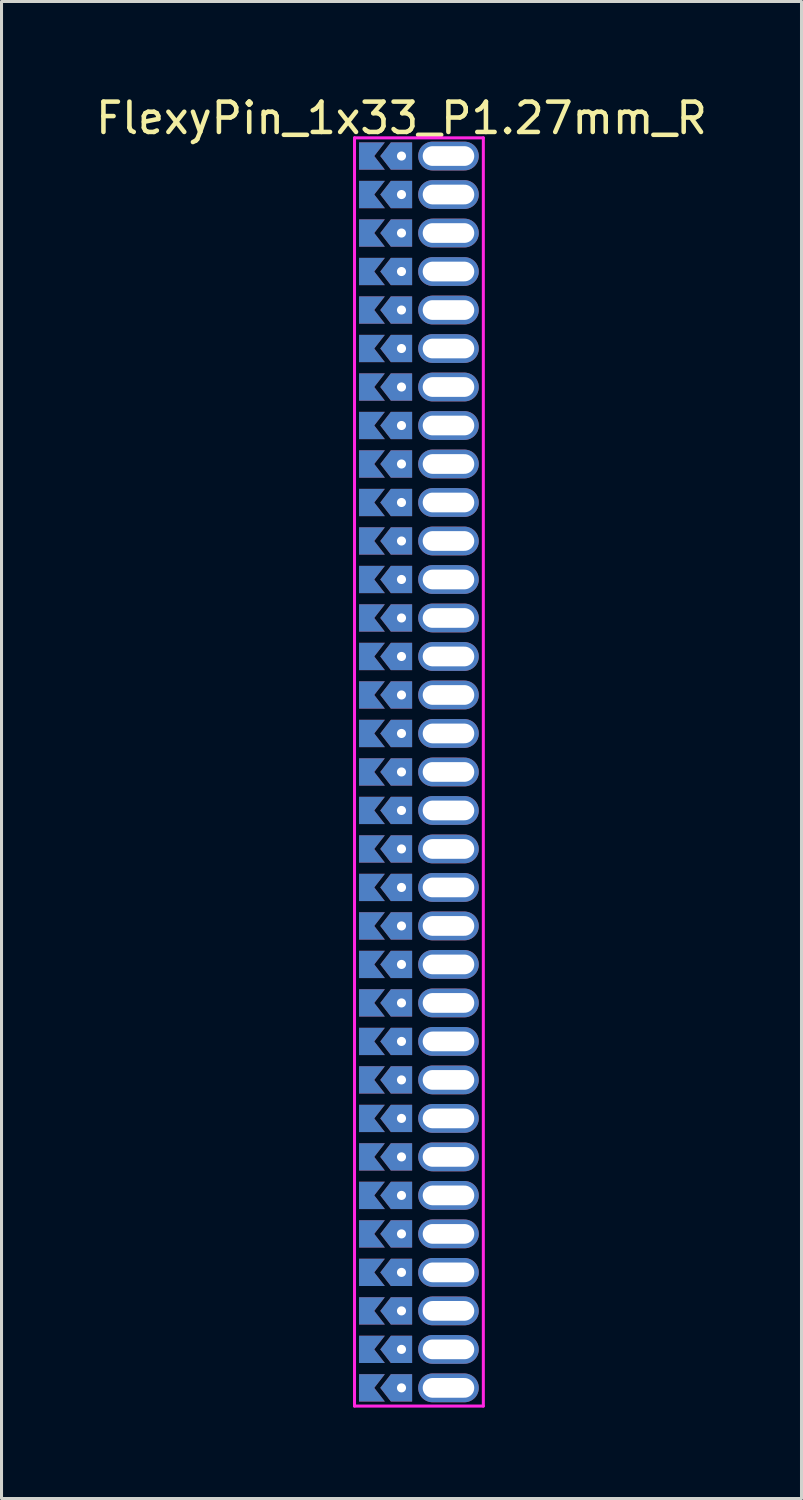
<source format=kicad_pcb>
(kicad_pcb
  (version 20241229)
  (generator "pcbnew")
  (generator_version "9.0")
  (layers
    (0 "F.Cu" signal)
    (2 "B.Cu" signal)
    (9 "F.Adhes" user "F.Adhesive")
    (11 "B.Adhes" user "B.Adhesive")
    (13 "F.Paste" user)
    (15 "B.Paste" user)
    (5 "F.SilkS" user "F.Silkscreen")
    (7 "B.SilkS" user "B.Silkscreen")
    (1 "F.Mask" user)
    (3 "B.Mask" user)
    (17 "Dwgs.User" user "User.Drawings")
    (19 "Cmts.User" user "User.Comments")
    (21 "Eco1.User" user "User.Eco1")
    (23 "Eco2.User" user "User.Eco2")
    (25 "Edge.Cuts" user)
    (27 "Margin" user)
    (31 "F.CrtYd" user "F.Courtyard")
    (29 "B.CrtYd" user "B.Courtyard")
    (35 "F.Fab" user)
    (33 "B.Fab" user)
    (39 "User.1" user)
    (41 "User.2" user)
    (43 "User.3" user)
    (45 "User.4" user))
  (footprint "FlexyPin_1x33_P1.27mm_R"
    (layer "F.Cu")
    (at 10.196 2.098)
    (property "Reference" "FlexyPin_1x33_P1.27mm_R" (at 0 -1.25 0) (layer "F.SilkS") (effects (font (size 1 1) (thickness 0.15))))
    (attr through_hole)
    (fp_line (start -1.55 -0.6) (end 2.7 -0.6) (stroke (width 0.1) (type solid)) (layer "F.CrtYd"))
    (fp_line (start -1.55 41.24) (end -1.55 -0.6) (stroke (width 0.1) (type solid)) (layer "F.CrtYd"))
    (fp_line (start 2.7 -0.6) (end 2.7 41.24) (stroke (width 0.1) (type solid)) (layer "F.CrtYd"))
    (fp_line (start 2.7 41.24) (end -1.55 41.24) (stroke (width 0.1) (type solid)) (layer "F.CrtYd"))
    (pad "" thru_hole custom (at 0 0) (size 0.3 0.3) (drill 0.6) (layers "*.Cu" "*.Mask") (options (anchor rect)) (primitives (gr_poly (pts (xy 0.35 0.45) (xy 0.35 -0.45) (xy -0.35 -0.45) (xy -0.7 0) (xy -0.35 0.45)) (width 0) (fill yes))))
    (pad "" thru_hole custom (at 0 1.27) (size 0.3 0.3) (drill 0.6) (layers "*.Cu" "*.Mask") (options (anchor rect)) (primitives (gr_poly (pts (xy 0.35 0.45) (xy 0.35 -0.45) (xy -0.35 -0.45) (xy -0.7 0) (xy -0.35 0.45)) (width 0) (fill yes))))
    (pad "" thru_hole custom (at 0 2.54) (size 0.3 0.3) (drill 0.6) (layers "*.Cu" "*.Mask") (options (anchor rect)) (primitives (gr_poly (pts (xy 0.35 0.45) (xy 0.35 -0.45) (xy -0.35 -0.45) (xy -0.7 0) (xy -0.35 0.45)) (width 0) (fill yes))))
    (pad "" thru_hole custom (at 0 3.81) (size 0.3 0.3) (drill 0.6) (layers "*.Cu" "*.Mask") (options (anchor rect)) (primitives (gr_poly (pts (xy 0.35 0.45) (xy 0.35 -0.45) (xy -0.35 -0.45) (xy -0.7 0) (xy -0.35 0.45)) (width 0) (fill yes))))
    (pad "" thru_hole custom (at 0 5.08) (size 0.3 0.3) (drill 0.6) (layers "*.Cu" "*.Mask") (options (anchor rect)) (primitives (gr_poly (pts (xy 0.35 0.45) (xy 0.35 -0.45) (xy -0.35 -0.45) (xy -0.7 0) (xy -0.35 0.45)) (width 0) (fill yes))))
    (pad "" thru_hole custom (at 0 6.35) (size 0.3 0.3) (drill 0.6) (layers "*.Cu" "*.Mask") (options (anchor rect)) (primitives (gr_poly (pts (xy 0.35 0.45) (xy 0.35 -0.45) (xy -0.35 -0.45) (xy -0.7 0) (xy -0.35 0.45)) (width 0) (fill yes))))
    (pad "" thru_hole custom (at 0 7.62) (size 0.3 0.3) (drill 0.6) (layers "*.Cu" "*.Mask") (options (anchor rect)) (primitives (gr_poly (pts (xy 0.35 0.45) (xy 0.35 -0.45) (xy -0.35 -0.45) (xy -0.7 0) (xy -0.35 0.45)) (width 0) (fill yes))))
    (pad "" thru_hole custom (at 0 8.89) (size 0.3 0.3) (drill 0.6) (layers "*.Cu" "*.Mask") (options (anchor rect)) (primitives (gr_poly (pts (xy 0.35 0.45) (xy 0.35 -0.45) (xy -0.35 -0.45) (xy -0.7 0) (xy -0.35 0.45)) (width 0) (fill yes))))
    (pad "" thru_hole custom (at 0 10.16) (size 0.3 0.3) (drill 0.6) (layers "*.Cu" "*.Mask") (options (anchor rect)) (primitives (gr_poly (pts (xy 0.35 0.45) (xy 0.35 -0.45) (xy -0.35 -0.45) (xy -0.7 0) (xy -0.35 0.45)) (width 0) (fill yes))))
    (pad "" thru_hole custom (at 0 11.43) (size 0.3 0.3) (drill 0.6) (layers "*.Cu" "*.Mask") (options (anchor rect)) (primitives (gr_poly (pts (xy 0.35 0.45) (xy 0.35 -0.45) (xy -0.35 -0.45) (xy -0.7 0) (xy -0.35 0.45)) (width 0) (fill yes))))
    (pad "" thru_hole custom (at 0 12.7) (size 0.3 0.3) (drill 0.6) (layers "*.Cu" "*.Mask") (options (anchor rect)) (primitives (gr_poly (pts (xy 0.35 0.45) (xy 0.35 -0.45) (xy -0.35 -0.45) (xy -0.7 0) (xy -0.35 0.45)) (width 0) (fill yes))))
    (pad "" thru_hole custom (at 0 13.97) (size 0.3 0.3) (drill 0.6) (layers "*.Cu" "*.Mask") (options (anchor rect)) (primitives (gr_poly (pts (xy 0.35 0.45) (xy 0.35 -0.45) (xy -0.35 -0.45) (xy -0.7 0) (xy -0.35 0.45)) (width 0) (fill yes))))
    (pad "" thru_hole custom (at 0 15.24) (size 0.3 0.3) (drill 0.6) (layers "*.Cu" "*.Mask") (options (anchor rect)) (primitives (gr_poly (pts (xy 0.35 0.45) (xy 0.35 -0.45) (xy -0.35 -0.45) (xy -0.7 0) (xy -0.35 0.45)) (width 0) (fill yes))))
    (pad "" thru_hole custom (at 0 16.51) (size 0.3 0.3) (drill 0.6) (layers "*.Cu" "*.Mask") (options (anchor rect)) (primitives (gr_poly (pts (xy 0.35 0.45) (xy 0.35 -0.45) (xy -0.35 -0.45) (xy -0.7 0) (xy -0.35 0.45)) (width 0) (fill yes))))
    (pad "" thru_hole custom (at 0 17.78) (size 0.3 0.3) (drill 0.6) (layers "*.Cu" "*.Mask") (options (anchor rect)) (primitives (gr_poly (pts (xy 0.35 0.45) (xy 0.35 -0.45) (xy -0.35 -0.45) (xy -0.7 0) (xy -0.35 0.45)) (width 0) (fill yes))))
    (pad "" thru_hole custom (at 0 19.05) (size 0.3 0.3) (drill 0.6) (layers "*.Cu" "*.Mask") (options (anchor rect)) (primitives (gr_poly (pts (xy 0.35 0.45) (xy 0.35 -0.45) (xy -0.35 -0.45) (xy -0.7 0) (xy -0.35 0.45)) (width 0) (fill yes))))
    (pad "" thru_hole custom (at 0 20.32) (size 0.3 0.3) (drill 0.6) (layers "*.Cu" "*.Mask") (options (anchor rect)) (primitives (gr_poly (pts (xy 0.35 0.45) (xy 0.35 -0.45) (xy -0.35 -0.45) (xy -0.7 0) (xy -0.35 0.45)) (width 0) (fill yes))))
    (pad "" thru_hole custom (at 0 21.59) (size 0.3 0.3) (drill 0.6) (layers "*.Cu" "*.Mask") (options (anchor rect)) (primitives (gr_poly (pts (xy 0.35 0.45) (xy 0.35 -0.45) (xy -0.35 -0.45) (xy -0.7 0) (xy -0.35 0.45)) (width 0) (fill yes))))
    (pad "" thru_hole custom (at 0 22.86) (size 0.3 0.3) (drill 0.6) (layers "*.Cu" "*.Mask") (options (anchor rect)) (primitives (gr_poly (pts (xy 0.35 0.45) (xy 0.35 -0.45) (xy -0.35 -0.45) (xy -0.7 0) (xy -0.35 0.45)) (width 0) (fill yes))))
    (pad "" thru_hole custom (at 0 24.13) (size 0.3 0.3) (drill 0.6) (layers "*.Cu" "*.Mask") (options (anchor rect)) (primitives (gr_poly (pts (xy 0.35 0.45) (xy 0.35 -0.45) (xy -0.35 -0.45) (xy -0.7 0) (xy -0.35 0.45)) (width 0) (fill yes))))
    (pad "" thru_hole custom (at 0 25.4) (size 0.3 0.3) (drill 0.6) (layers "*.Cu" "*.Mask") (options (anchor rect)) (primitives (gr_poly (pts (xy 0.35 0.45) (xy 0.35 -0.45) (xy -0.35 -0.45) (xy -0.7 0) (xy -0.35 0.45)) (width 0) (fill yes))))
    (pad "" thru_hole custom (at 0 26.67) (size 0.3 0.3) (drill 0.6) (layers "*.Cu" "*.Mask") (options (anchor rect)) (primitives (gr_poly (pts (xy 0.35 0.45) (xy 0.35 -0.45) (xy -0.35 -0.45) (xy -0.7 0) (xy -0.35 0.45)) (width 0) (fill yes))))
    (pad "" thru_hole custom (at 0 27.94) (size 0.3 0.3) (drill 0.6) (layers "*.Cu" "*.Mask") (options (anchor rect)) (primitives (gr_poly (pts (xy 0.35 0.45) (xy 0.35 -0.45) (xy -0.35 -0.45) (xy -0.7 0) (xy -0.35 0.45)) (width 0) (fill yes))))
    (pad "" thru_hole custom (at 0 29.21) (size 0.3 0.3) (drill 0.6) (layers "*.Cu" "*.Mask") (options (anchor rect)) (primitives (gr_poly (pts (xy 0.35 0.45) (xy 0.35 -0.45) (xy -0.35 -0.45) (xy -0.7 0) (xy -0.35 0.45)) (width 0) (fill yes))))
    (pad "" thru_hole custom (at 0 30.48) (size 0.3 0.3) (drill 0.6) (layers "*.Cu" "*.Mask") (options (anchor rect)) (primitives (gr_poly (pts (xy 0.35 0.45) (xy 0.35 -0.45) (xy -0.35 -0.45) (xy -0.7 0) (xy -0.35 0.45)) (width 0) (fill yes))))
    (pad "" thru_hole custom (at 0 31.75) (size 0.3 0.3) (drill 0.6) (layers "*.Cu" "*.Mask") (options (anchor rect)) (primitives (gr_poly (pts (xy 0.35 0.45) (xy 0.35 -0.45) (xy -0.35 -0.45) (xy -0.7 0) (xy -0.35 0.45)) (width 0) (fill yes))))
    (pad "" thru_hole custom (at 0 33.02) (size 0.3 0.3) (drill 0.6) (layers "*.Cu" "*.Mask") (options (anchor rect)) (primitives (gr_poly (pts (xy 0.35 0.45) (xy 0.35 -0.45) (xy -0.35 -0.45) (xy -0.7 0) (xy -0.35 0.45)) (width 0) (fill yes))))
    (pad "" thru_hole custom (at 0 34.29) (size 0.3 0.3) (drill 0.6) (layers "*.Cu" "*.Mask") (options (anchor rect)) (primitives (gr_poly (pts (xy 0.35 0.45) (xy 0.35 -0.45) (xy -0.35 -0.45) (xy -0.7 0) (xy -0.35 0.45)) (width 0) (fill yes))))
    (pad "" thru_hole custom (at 0 35.56) (size 0.3 0.3) (drill 0.6) (layers "*.Cu" "*.Mask") (options (anchor rect)) (primitives (gr_poly (pts (xy 0.35 0.45) (xy 0.35 -0.45) (xy -0.35 -0.45) (xy -0.7 0) (xy -0.35 0.45)) (width 0) (fill yes))))
    (pad "" thru_hole custom (at 0 36.83) (size 0.3 0.3) (drill 0.6) (layers "*.Cu" "*.Mask") (options (anchor rect)) (primitives (gr_poly (pts (xy 0.35 0.45) (xy 0.35 -0.45) (xy -0.35 -0.45) (xy -0.7 0) (xy -0.35 0.45)) (width 0) (fill yes))))
    (pad "" thru_hole custom (at 0 38.1) (size 0.3 0.3) (drill 0.6) (layers "*.Cu" "*.Mask") (options (anchor rect)) (primitives (gr_poly (pts (xy 0.35 0.45) (xy 0.35 -0.45) (xy -0.35 -0.45) (xy -0.7 0) (xy -0.35 0.45)) (width 0) (fill yes))))
    (pad "" thru_hole custom (at 0 39.37) (size 0.3 0.3) (drill 0.6) (layers "*.Cu" "*.Mask") (options (anchor rect)) (primitives (gr_poly (pts (xy 0.35 0.45) (xy 0.35 -0.45) (xy -0.35 -0.45) (xy -0.7 0) (xy -0.35 0.45)) (width 0) (fill yes))))
    (pad "" thru_hole custom (at 0 40.64) (size 0.3 0.3) (drill 0.6) (layers "*.Cu" "*.Mask") (options (anchor rect)) (primitives (gr_poly (pts (xy 0.35 0.45) (xy 0.35 -0.45) (xy -0.35 -0.45) (xy -0.7 0) (xy -0.35 0.45)) (width 0) (fill yes))))
    (pad "" thru_hole oval (at 1.55 0) (size 2 0.95) (drill oval 1.7 0.65) (layers "*.Cu" "*.Mask"))
    (pad "" thru_hole oval (at 1.55 1.27) (size 2 0.95) (drill oval 1.7 0.65) (layers "*.Cu" "*.Mask"))
    (pad "" thru_hole oval (at 1.55 2.54) (size 2 0.95) (drill oval 1.7 0.65) (layers "*.Cu" "*.Mask"))
    (pad "" thru_hole oval (at 1.55 3.81) (size 2 0.95) (drill oval 1.7 0.65) (layers "*.Cu" "*.Mask"))
    (pad "" thru_hole oval (at 1.55 5.08) (size 2 0.95) (drill oval 1.7 0.65) (layers "*.Cu" "*.Mask"))
    (pad "" thru_hole oval (at 1.55 6.35) (size 2 0.95) (drill oval 1.7 0.65) (layers "*.Cu" "*.Mask"))
    (pad "" thru_hole oval (at 1.55 7.62) (size 2 0.95) (drill oval 1.7 0.65) (layers "*.Cu" "*.Mask"))
    (pad "" thru_hole oval (at 1.55 8.89) (size 2 0.95) (drill oval 1.7 0.65) (layers "*.Cu" "*.Mask"))
    (pad "" thru_hole oval (at 1.55 10.16) (size 2 0.95) (drill oval 1.7 0.65) (layers "*.Cu" "*.Mask"))
    (pad "" thru_hole oval (at 1.55 11.43) (size 2 0.95) (drill oval 1.7 0.65) (layers "*.Cu" "*.Mask"))
    (pad "" thru_hole oval (at 1.55 12.7) (size 2 0.95) (drill oval 1.7 0.65) (layers "*.Cu" "*.Mask"))
    (pad "" thru_hole oval (at 1.55 13.97) (size 2 0.95) (drill oval 1.7 0.65) (layers "*.Cu" "*.Mask"))
    (pad "" thru_hole oval (at 1.55 15.24) (size 2 0.95) (drill oval 1.7 0.65) (layers "*.Cu" "*.Mask"))
    (pad "" thru_hole oval (at 1.55 16.51) (size 2 0.95) (drill oval 1.7 0.65) (layers "*.Cu" "*.Mask"))
    (pad "" thru_hole oval (at 1.55 17.78) (size 2 0.95) (drill oval 1.7 0.65) (layers "*.Cu" "*.Mask"))
    (pad "" thru_hole oval (at 1.55 19.05) (size 2 0.95) (drill oval 1.7 0.65) (layers "*.Cu" "*.Mask"))
    (pad "" thru_hole oval (at 1.55 20.32) (size 2 0.95) (drill oval 1.7 0.65) (layers "*.Cu" "*.Mask"))
    (pad "" thru_hole oval (at 1.55 21.59) (size 2 0.95) (drill oval 1.7 0.65) (layers "*.Cu" "*.Mask"))
    (pad "" thru_hole oval (at 1.55 22.86) (size 2 0.95) (drill oval 1.7 0.65) (layers "*.Cu" "*.Mask"))
    (pad "" thru_hole oval (at 1.55 24.13) (size 2 0.95) (drill oval 1.7 0.65) (layers "*.Cu" "*.Mask"))
    (pad "" thru_hole oval (at 1.55 25.4) (size 2 0.95) (drill oval 1.7 0.65) (layers "*.Cu" "*.Mask"))
    (pad "" thru_hole oval (at 1.55 26.67) (size 2 0.95) (drill oval 1.7 0.65) (layers "*.Cu" "*.Mask"))
    (pad "" thru_hole oval (at 1.55 27.94) (size 2 0.95) (drill oval 1.7 0.65) (layers "*.Cu" "*.Mask"))
    (pad "" thru_hole oval (at 1.55 29.21) (size 2 0.95) (drill oval 1.7 0.65) (layers "*.Cu" "*.Mask"))
    (pad "" thru_hole oval (at 1.55 30.48) (size 2 0.95) (drill oval 1.7 0.65) (layers "*.Cu" "*.Mask"))
    (pad "" thru_hole oval (at 1.55 31.75) (size 2 0.95) (drill oval 1.7 0.65) (layers "*.Cu" "*.Mask"))
    (pad "" thru_hole oval (at 1.55 33.02) (size 2 0.95) (drill oval 1.7 0.65) (layers "*.Cu" "*.Mask"))
    (pad "" thru_hole oval (at 1.55 34.29) (size 2 0.95) (drill oval 1.7 0.65) (layers "*.Cu" "*.Mask"))
    (pad "" thru_hole oval (at 1.55 35.56) (size 2 0.95) (drill oval 1.7 0.65) (layers "*.Cu" "*.Mask"))
    (pad "" thru_hole oval (at 1.55 36.83) (size 2 0.95) (drill oval 1.7 0.65) (layers "*.Cu" "*.Mask"))
    (pad "" thru_hole oval (at 1.55 38.1) (size 2 0.95) (drill oval 1.7 0.65) (layers "*.Cu" "*.Mask"))
    (pad "" thru_hole oval (at 1.55 39.37) (size 2 0.95) (drill oval 1.7 0.65) (layers "*.Cu" "*.Mask"))
    (pad "" thru_hole oval (at 1.55 40.64) (size 2 0.95) (drill oval 1.7 0.65) (layers "*.Cu" "*.Mask"))
    (pad "1" smd custom (at -0.9 0) (size 0.01 0.01) (layers "F.Cu" "F.Mask") (options (anchor rect)) (primitives (gr_poly (pts (xy 0 0) (xy 0.35 0.45) (xy -0.5 0.45) (xy -0.5 -0.45) (xy 0.35 -0.45)) (width 0) (fill yes))))
    (pad "2" smd custom (at -0.9 1.27) (size 0.01 0.01) (layers "F.Cu" "F.Mask") (options (anchor rect)) (primitives (gr_poly (pts (xy 0 0) (xy 0.35 0.45) (xy -0.5 0.45) (xy -0.5 -0.45) (xy 0.35 -0.45)) (width 0) (fill yes))))
    (pad "3" smd custom (at -0.9 2.54) (size 0.01 0.01) (layers "F.Cu" "F.Mask") (options (anchor rect)) (primitives (gr_poly (pts (xy 0 0) (xy 0.35 0.45) (xy -0.5 0.45) (xy -0.5 -0.45) (xy 0.35 -0.45)) (width 0) (fill yes))))
    (pad "4" smd custom (at -0.9 3.81) (size 0.01 0.01) (layers "F.Cu" "F.Mask") (options (anchor rect)) (primitives (gr_poly (pts (xy 0 0) (xy 0.35 0.45) (xy -0.5 0.45) (xy -0.5 -0.45) (xy 0.35 -0.45)) (width 0) (fill yes))))
    (pad "5" smd custom (at -0.9 5.08) (size 0.01 0.01) (layers "F.Cu" "F.Mask") (options (anchor rect)) (primitives (gr_poly (pts (xy 0 0) (xy 0.35 0.45) (xy -0.5 0.45) (xy -0.5 -0.45) (xy 0.35 -0.45)) (width 0) (fill yes))))
    (pad "6" smd custom (at -0.9 6.35) (size 0.01 0.01) (layers "F.Cu" "F.Mask") (options (anchor rect)) (primitives (gr_poly (pts (xy 0 0) (xy 0.35 0.45) (xy -0.5 0.45) (xy -0.5 -0.45) (xy 0.35 -0.45)) (width 0) (fill yes))))
    (pad "7" smd custom (at -0.9 7.62) (size 0.01 0.01) (layers "F.Cu" "F.Mask") (options (anchor rect)) (primitives (gr_poly (pts (xy 0 0) (xy 0.35 0.45) (xy -0.5 0.45) (xy -0.5 -0.45) (xy 0.35 -0.45)) (width 0) (fill yes))))
    (pad "8" smd custom (at -0.9 8.89) (size 0.01 0.01) (layers "F.Cu" "F.Mask") (options (anchor rect)) (primitives (gr_poly (pts (xy 0 0) (xy 0.35 0.45) (xy -0.5 0.45) (xy -0.5 -0.45) (xy 0.35 -0.45)) (width 0) (fill yes))))
    (pad "9" smd custom (at -0.9 10.16) (size 0.01 0.01) (layers "F.Cu" "F.Mask") (options (anchor rect)) (primitives (gr_poly (pts (xy 0 0) (xy 0.35 0.45) (xy -0.5 0.45) (xy -0.5 -0.45) (xy 0.35 -0.45)) (width 0) (fill yes))))
    (pad "10" smd custom (at -0.9 11.43) (size 0.01 0.01) (layers "F.Cu" "F.Mask") (options (anchor rect)) (primitives (gr_poly (pts (xy 0 0) (xy 0.35 0.45) (xy -0.5 0.45) (xy -0.5 -0.45) (xy 0.35 -0.45)) (width 0) (fill yes))))
    (pad "11" smd custom (at -0.9 12.7) (size 0.01 0.01) (layers "F.Cu" "F.Mask") (options (anchor rect)) (primitives (gr_poly (pts (xy 0 0) (xy 0.35 0.45) (xy -0.5 0.45) (xy -0.5 -0.45) (xy 0.35 -0.45)) (width 0) (fill yes))))
    (pad "12" smd custom (at -0.9 13.97) (size 0.01 0.01) (layers "F.Cu" "F.Mask") (options (anchor rect)) (primitives (gr_poly (pts (xy 0 0) (xy 0.35 0.45) (xy -0.5 0.45) (xy -0.5 -0.45) (xy 0.35 -0.45)) (width 0) (fill yes))))
    (pad "13" smd custom (at -0.9 15.24) (size 0.01 0.01) (layers "F.Cu" "F.Mask") (options (anchor rect)) (primitives (gr_poly (pts (xy 0 0) (xy 0.35 0.45) (xy -0.5 0.45) (xy -0.5 -0.45) (xy 0.35 -0.45)) (width 0) (fill yes))))
    (pad "14" smd custom (at -0.9 16.51) (size 0.01 0.01) (layers "F.Cu" "F.Mask") (options (anchor rect)) (primitives (gr_poly (pts (xy 0 0) (xy 0.35 0.45) (xy -0.5 0.45) (xy -0.5 -0.45) (xy 0.35 -0.45)) (width 0) (fill yes))))
    (pad "15" smd custom (at -0.9 17.78) (size 0.01 0.01) (layers "F.Cu" "F.Mask") (options (anchor rect)) (primitives (gr_poly (pts (xy 0 0) (xy 0.35 0.45) (xy -0.5 0.45) (xy -0.5 -0.45) (xy 0.35 -0.45)) (width 0) (fill yes))))
    (pad "16" smd custom (at -0.9 19.05) (size 0.01 0.01) (layers "F.Cu" "F.Mask") (options (anchor rect)) (primitives (gr_poly (pts (xy 0 0) (xy 0.35 0.45) (xy -0.5 0.45) (xy -0.5 -0.45) (xy 0.35 -0.45)) (width 0) (fill yes))))
    (pad "17" smd custom (at -0.9 20.32) (size 0.01 0.01) (layers "F.Cu" "F.Mask") (options (anchor rect)) (primitives (gr_poly (pts (xy 0 0) (xy 0.35 0.45) (xy -0.5 0.45) (xy -0.5 -0.45) (xy 0.35 -0.45)) (width 0) (fill yes))))
    (pad "18" smd custom (at -0.9 21.59) (size 0.01 0.01) (layers "F.Cu" "F.Mask") (options (anchor rect)) (primitives (gr_poly (pts (xy 0 0) (xy 0.35 0.45) (xy -0.5 0.45) (xy -0.5 -0.45) (xy 0.35 -0.45)) (width 0) (fill yes))))
    (pad "19" smd custom (at -0.9 22.86) (size 0.01 0.01) (layers "F.Cu" "F.Mask") (options (anchor rect)) (primitives (gr_poly (pts (xy 0 0) (xy 0.35 0.45) (xy -0.5 0.45) (xy -0.5 -0.45) (xy 0.35 -0.45)) (width 0) (fill yes))))
    (pad "20" smd custom (at -0.9 24.13) (size 0.01 0.01) (layers "F.Cu" "F.Mask") (options (anchor rect)) (primitives (gr_poly (pts (xy 0 0) (xy 0.35 0.45) (xy -0.5 0.45) (xy -0.5 -0.45) (xy 0.35 -0.45)) (width 0) (fill yes))))
    (pad "21" smd custom (at -0.9 25.4) (size 0.01 0.01) (layers "F.Cu" "F.Mask") (options (anchor rect)) (primitives (gr_poly (pts (xy 0 0) (xy 0.35 0.45) (xy -0.5 0.45) (xy -0.5 -0.45) (xy 0.35 -0.45)) (width 0) (fill yes))))
    (pad "22" smd custom (at -0.9 26.67) (size 0.01 0.01) (layers "F.Cu" "F.Mask") (options (anchor rect)) (primitives (gr_poly (pts (xy 0 0) (xy 0.35 0.45) (xy -0.5 0.45) (xy -0.5 -0.45) (xy 0.35 -0.45)) (width 0) (fill yes))))
    (pad "23" smd custom (at -0.9 27.94) (size 0.01 0.01) (layers "F.Cu" "F.Mask") (options (anchor rect)) (primitives (gr_poly (pts (xy 0 0) (xy 0.35 0.45) (xy -0.5 0.45) (xy -0.5 -0.45) (xy 0.35 -0.45)) (width 0) (fill yes))))
    (pad "24" smd custom (at -0.9 29.21) (size 0.01 0.01) (layers "F.Cu" "F.Mask") (options (anchor rect)) (primitives (gr_poly (pts (xy 0 0) (xy 0.35 0.45) (xy -0.5 0.45) (xy -0.5 -0.45) (xy 0.35 -0.45)) (width 0) (fill yes))))
    (pad "25" smd custom (at -0.9 30.48) (size 0.01 0.01) (layers "F.Cu" "F.Mask") (options (anchor rect)) (primitives (gr_poly (pts (xy 0 0) (xy 0.35 0.45) (xy -0.5 0.45) (xy -0.5 -0.45) (xy 0.35 -0.45)) (width 0) (fill yes))))
    (pad "26" smd custom (at -0.9 31.75) (size 0.01 0.01) (layers "F.Cu" "F.Mask") (options (anchor rect)) (primitives (gr_poly (pts (xy 0 0) (xy 0.35 0.45) (xy -0.5 0.45) (xy -0.5 -0.45) (xy 0.35 -0.45)) (width 0) (fill yes))))
    (pad "27" smd custom (at -0.9 33.02) (size 0.01 0.01) (layers "F.Cu" "F.Mask") (options (anchor rect)) (primitives (gr_poly (pts (xy 0 0) (xy 0.35 0.45) (xy -0.5 0.45) (xy -0.5 -0.45) (xy 0.35 -0.45)) (width 0) (fill yes))))
    (pad "28" smd custom (at -0.9 34.29) (size 0.01 0.01) (layers "F.Cu" "F.Mask") (options (anchor rect)) (primitives (gr_poly (pts (xy 0 0) (xy 0.35 0.45) (xy -0.5 0.45) (xy -0.5 -0.45) (xy 0.35 -0.45)) (width 0) (fill yes))))
    (pad "29" smd custom (at -0.9 35.56) (size 0.01 0.01) (layers "F.Cu" "F.Mask") (options (anchor rect)) (primitives (gr_poly (pts (xy 0 0) (xy 0.35 0.45) (xy -0.5 0.45) (xy -0.5 -0.45) (xy 0.35 -0.45)) (width 0) (fill yes))))
    (pad "30" smd custom (at -0.9 36.83) (size 0.01 0.01) (layers "F.Cu" "F.Mask") (options (anchor rect)) (primitives (gr_poly (pts (xy 0 0) (xy 0.35 0.45) (xy -0.5 0.45) (xy -0.5 -0.45) (xy 0.35 -0.45)) (width 0) (fill yes))))
    (pad "31" smd custom (at -0.9 38.1) (size 0.01 0.01) (layers "F.Cu" "F.Mask") (options (anchor rect)) (primitives (gr_poly (pts (xy 0 0) (xy 0.35 0.45) (xy -0.5 0.45) (xy -0.5 -0.45) (xy 0.35 -0.45)) (width 0) (fill yes))))
    (pad "32" smd custom (at -0.9 39.37) (size 0.01 0.01) (layers "F.Cu" "F.Mask") (options (anchor rect)) (primitives (gr_poly (pts (xy 0 0) (xy 0.35 0.45) (xy -0.5 0.45) (xy -0.5 -0.45) (xy 0.35 -0.45)) (width 0) (fill yes))))
    (pad "33" smd custom (at -0.9 40.64) (size 0.01 0.01) (layers "F.Cu" "F.Mask") (options (anchor rect)) (primitives (gr_poly (pts (xy 0 0) (xy 0.35 0.45) (xy -0.5 0.45) (xy -0.5 -0.45) (xy 0.35 -0.45)) (width 0) (fill yes))))
    (pad "34" smd custom (at -0.9 0) (size 0.01 0.01) (layers "B.Cu" "B.Mask") (options (anchor rect)) (primitives (gr_poly (pts (xy 0 0) (xy 0.35 0.45) (xy -0.5 0.45) (xy -0.5 -0.45) (xy 0.35 -0.45)) (width 0) (fill yes))))
    (pad "35" smd custom (at -0.9 1.27) (size 0.01 0.01) (layers "B.Cu" "B.Mask") (options (anchor rect)) (primitives (gr_poly (pts (xy 0 0) (xy 0.35 0.45) (xy -0.5 0.45) (xy -0.5 -0.45) (xy 0.35 -0.45)) (width 0) (fill yes))))
    (pad "36" smd custom (at -0.9 2.54) (size 0.01 0.01) (layers "B.Cu" "B.Mask") (options (anchor rect)) (primitives (gr_poly (pts (xy 0 0) (xy 0.35 0.45) (xy -0.5 0.45) (xy -0.5 -0.45) (xy 0.35 -0.45)) (width 0) (fill yes))))
    (pad "37" smd custom (at -0.9 3.81) (size 0.01 0.01) (layers "B.Cu" "B.Mask") (options (anchor rect)) (primitives (gr_poly (pts (xy 0 0) (xy 0.35 0.45) (xy -0.5 0.45) (xy -0.5 -0.45) (xy 0.35 -0.45)) (width 0) (fill yes))))
    (pad "38" smd custom (at -0.9 5.08) (size 0.01 0.01) (layers "B.Cu" "B.Mask") (options (anchor rect)) (primitives (gr_poly (pts (xy 0 0) (xy 0.35 0.45) (xy -0.5 0.45) (xy -0.5 -0.45) (xy 0.35 -0.45)) (width 0) (fill yes))))
    (pad "39" smd custom (at -0.9 6.35) (size 0.01 0.01) (layers "B.Cu" "B.Mask") (options (anchor rect)) (primitives (gr_poly (pts (xy 0 0) (xy 0.35 0.45) (xy -0.5 0.45) (xy -0.5 -0.45) (xy 0.35 -0.45)) (width 0) (fill yes))))
    (pad "40" smd custom (at -0.9 7.62) (size 0.01 0.01) (layers "B.Cu" "B.Mask") (options (anchor rect)) (primitives (gr_poly (pts (xy 0 0) (xy 0.35 0.45) (xy -0.5 0.45) (xy -0.5 -0.45) (xy 0.35 -0.45)) (width 0) (fill yes))))
    (pad "41" smd custom (at -0.9 8.89) (size 0.01 0.01) (layers "B.Cu" "B.Mask") (options (anchor rect)) (primitives (gr_poly (pts (xy 0 0) (xy 0.35 0.45) (xy -0.5 0.45) (xy -0.5 -0.45) (xy 0.35 -0.45)) (width 0) (fill yes))))
    (pad "42" smd custom (at -0.9 10.16) (size 0.01 0.01) (layers "B.Cu" "B.Mask") (options (anchor rect)) (primitives (gr_poly (pts (xy 0 0) (xy 0.35 0.45) (xy -0.5 0.45) (xy -0.5 -0.45) (xy 0.35 -0.45)) (width 0) (fill yes))))
    (pad "43" smd custom (at -0.9 11.43) (size 0.01 0.01) (layers "B.Cu" "B.Mask") (options (anchor rect)) (primitives (gr_poly (pts (xy 0 0) (xy 0.35 0.45) (xy -0.5 0.45) (xy -0.5 -0.45) (xy 0.35 -0.45)) (width 0) (fill yes))))
    (pad "44" smd custom (at -0.9 12.7) (size 0.01 0.01) (layers "B.Cu" "B.Mask") (options (anchor rect)) (primitives (gr_poly (pts (xy 0 0) (xy 0.35 0.45) (xy -0.5 0.45) (xy -0.5 -0.45) (xy 0.35 -0.45)) (width 0) (fill yes))))
    (pad "45" smd custom (at -0.9 13.97) (size 0.01 0.01) (layers "B.Cu" "B.Mask") (options (anchor rect)) (primitives (gr_poly (pts (xy 0 0) (xy 0.35 0.45) (xy -0.5 0.45) (xy -0.5 -0.45) (xy 0.35 -0.45)) (width 0) (fill yes))))
    (pad "46" smd custom (at -0.9 15.24) (size 0.01 0.01) (layers "B.Cu" "B.Mask") (options (anchor rect)) (primitives (gr_poly (pts (xy 0 0) (xy 0.35 0.45) (xy -0.5 0.45) (xy -0.5 -0.45) (xy 0.35 -0.45)) (width 0) (fill yes))))
    (pad "47" smd custom (at -0.9 16.51) (size 0.01 0.01) (layers "B.Cu" "B.Mask") (options (anchor rect)) (primitives (gr_poly (pts (xy 0 0) (xy 0.35 0.45) (xy -0.5 0.45) (xy -0.5 -0.45) (xy 0.35 -0.45)) (width 0) (fill yes))))
    (pad "48" smd custom (at -0.9 17.78) (size 0.01 0.01) (layers "B.Cu" "B.Mask") (options (anchor rect)) (primitives (gr_poly (pts (xy 0 0) (xy 0.35 0.45) (xy -0.5 0.45) (xy -0.5 -0.45) (xy 0.35 -0.45)) (width 0) (fill yes))))
    (pad "49" smd custom (at -0.9 19.05) (size 0.01 0.01) (layers "B.Cu" "B.Mask") (options (anchor rect)) (primitives (gr_poly (pts (xy 0 0) (xy 0.35 0.45) (xy -0.5 0.45) (xy -0.5 -0.45) (xy 0.35 -0.45)) (width 0) (fill yes))))
    (pad "50" smd custom (at -0.9 20.32) (size 0.01 0.01) (layers "B.Cu" "B.Mask") (options (anchor rect)) (primitives (gr_poly (pts (xy 0 0) (xy 0.35 0.45) (xy -0.5 0.45) (xy -0.5 -0.45) (xy 0.35 -0.45)) (width 0) (fill yes))))
    (pad "51" smd custom (at -0.9 21.59) (size 0.01 0.01) (layers "B.Cu" "B.Mask") (options (anchor rect)) (primitives (gr_poly (pts (xy 0 0) (xy 0.35 0.45) (xy -0.5 0.45) (xy -0.5 -0.45) (xy 0.35 -0.45)) (width 0) (fill yes))))
    (pad "52" smd custom (at -0.9 22.86) (size 0.01 0.01) (layers "B.Cu" "B.Mask") (options (anchor rect)) (primitives (gr_poly (pts (xy 0 0) (xy 0.35 0.45) (xy -0.5 0.45) (xy -0.5 -0.45) (xy 0.35 -0.45)) (width 0) (fill yes))))
    (pad "53" smd custom (at -0.9 24.13) (size 0.01 0.01) (layers "B.Cu" "B.Mask") (options (anchor rect)) (primitives (gr_poly (pts (xy 0 0) (xy 0.35 0.45) (xy -0.5 0.45) (xy -0.5 -0.45) (xy 0.35 -0.45)) (width 0) (fill yes))))
    (pad "54" smd custom (at -0.9 25.4) (size 0.01 0.01) (layers "B.Cu" "B.Mask") (options (anchor rect)) (primitives (gr_poly (pts (xy 0 0) (xy 0.35 0.45) (xy -0.5 0.45) (xy -0.5 -0.45) (xy 0.35 -0.45)) (width 0) (fill yes))))
    (pad "55" smd custom (at -0.9 26.67) (size 0.01 0.01) (layers "B.Cu" "B.Mask") (options (anchor rect)) (primitives (gr_poly (pts (xy 0 0) (xy 0.35 0.45) (xy -0.5 0.45) (xy -0.5 -0.45) (xy 0.35 -0.45)) (width 0) (fill yes))))
    (pad "56" smd custom (at -0.9 27.94) (size 0.01 0.01) (layers "B.Cu" "B.Mask") (options (anchor rect)) (primitives (gr_poly (pts (xy 0 0) (xy 0.35 0.45) (xy -0.5 0.45) (xy -0.5 -0.45) (xy 0.35 -0.45)) (width 0) (fill yes))))
    (pad "57" smd custom (at -0.9 29.21) (size 0.01 0.01) (layers "B.Cu" "B.Mask") (options (anchor rect)) (primitives (gr_poly (pts (xy 0 0) (xy 0.35 0.45) (xy -0.5 0.45) (xy -0.5 -0.45) (xy 0.35 -0.45)) (width 0) (fill yes))))
    (pad "58" smd custom (at -0.9 30.48) (size 0.01 0.01) (layers "B.Cu" "B.Mask") (options (anchor rect)) (primitives (gr_poly (pts (xy 0 0) (xy 0.35 0.45) (xy -0.5 0.45) (xy -0.5 -0.45) (xy 0.35 -0.45)) (width 0) (fill yes))))
    (pad "59" smd custom (at -0.9 31.75) (size 0.01 0.01) (layers "B.Cu" "B.Mask") (options (anchor rect)) (primitives (gr_poly (pts (xy 0 0) (xy 0.35 0.45) (xy -0.5 0.45) (xy -0.5 -0.45) (xy 0.35 -0.45)) (width 0) (fill yes))))
    (pad "60" smd custom (at -0.9 33.02) (size 0.01 0.01) (layers "B.Cu" "B.Mask") (options (anchor rect)) (primitives (gr_poly (pts (xy 0 0) (xy 0.35 0.45) (xy -0.5 0.45) (xy -0.5 -0.45) (xy 0.35 -0.45)) (width 0) (fill yes))))
    (pad "61" smd custom (at -0.9 34.29) (size 0.01 0.01) (layers "B.Cu" "B.Mask") (options (anchor rect)) (primitives (gr_poly (pts (xy 0 0) (xy 0.35 0.45) (xy -0.5 0.45) (xy -0.5 -0.45) (xy 0.35 -0.45)) (width 0) (fill yes))))
    (pad "62" smd custom (at -0.9 35.56) (size 0.01 0.01) (layers "B.Cu" "B.Mask") (options (anchor rect)) (primitives (gr_poly (pts (xy 0 0) (xy 0.35 0.45) (xy -0.5 0.45) (xy -0.5 -0.45) (xy 0.35 -0.45)) (width 0) (fill yes))))
    (pad "63" smd custom (at -0.9 36.83) (size 0.01 0.01) (layers "B.Cu" "B.Mask") (options (anchor rect)) (primitives (gr_poly (pts (xy 0 0) (xy 0.35 0.45) (xy -0.5 0.45) (xy -0.5 -0.45) (xy 0.35 -0.45)) (width 0) (fill yes))))
    (pad "64" smd custom (at -0.9 38.1) (size 0.01 0.01) (layers "B.Cu" "B.Mask") (options (anchor rect)) (primitives (gr_poly (pts (xy 0 0) (xy 0.35 0.45) (xy -0.5 0.45) (xy -0.5 -0.45) (xy 0.35 -0.45)) (width 0) (fill yes))))
    (pad "65" smd custom (at -0.9 39.37) (size 0.01 0.01) (layers "B.Cu" "B.Mask") (options (anchor rect)) (primitives (gr_poly (pts (xy 0 0) (xy 0.35 0.45) (xy -0.5 0.45) (xy -0.5 -0.45) (xy 0.35 -0.45)) (width 0) (fill yes))))
    (pad "66" smd custom (at -0.9 40.64) (size 0.01 0.01) (layers "B.Cu" "B.Mask") (options (anchor rect)) (primitives (gr_poly (pts (xy 0 0) (xy 0.35 0.45) (xy -0.5 0.45) (xy -0.5 -0.45) (xy 0.35 -0.45)) (width 0) (fill yes)))))
  (gr_rect
    (start -3 -3)
    (end 23.393 46.388)
    (stroke (width 0.1) (type default))
    (fill no)
    (layer "Edge.Cuts")))
</source>
